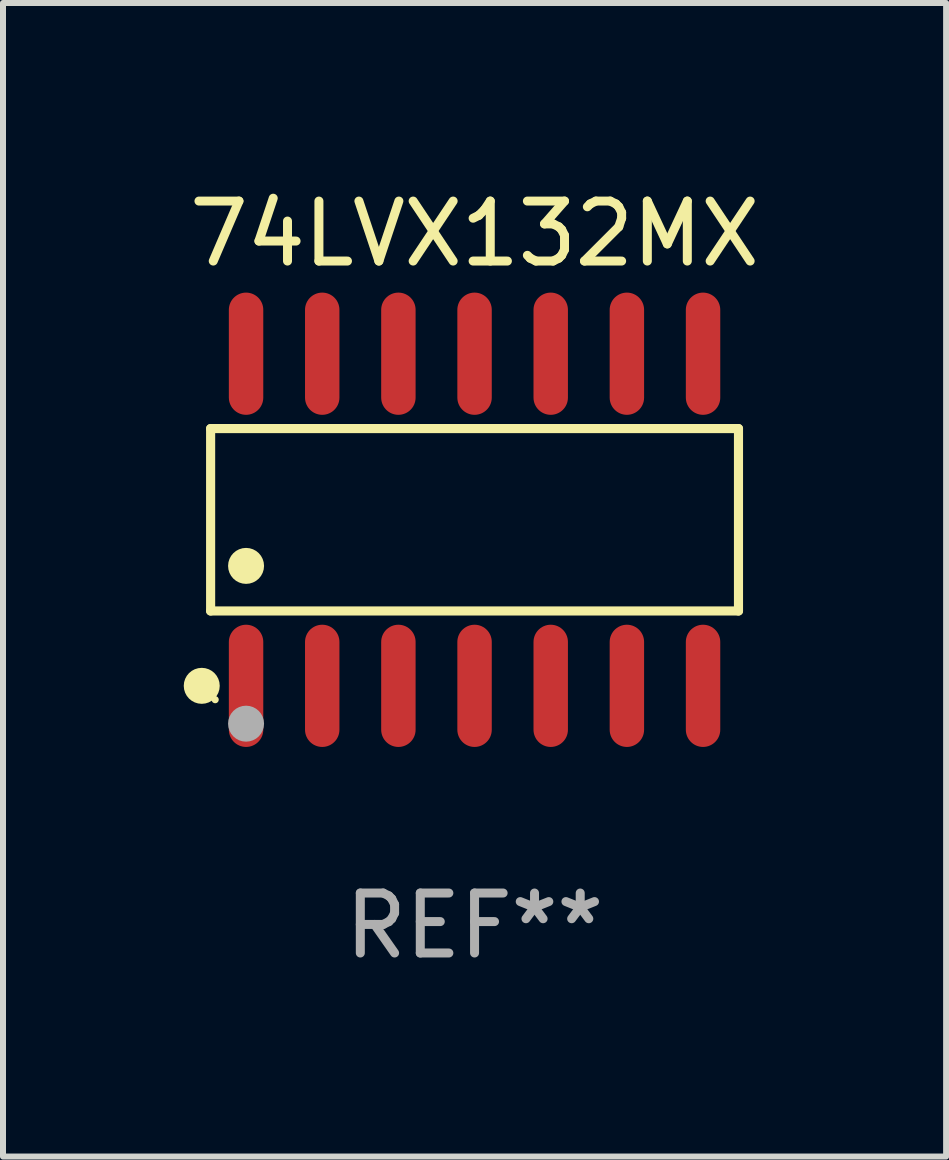
<source format=kicad_pcb>
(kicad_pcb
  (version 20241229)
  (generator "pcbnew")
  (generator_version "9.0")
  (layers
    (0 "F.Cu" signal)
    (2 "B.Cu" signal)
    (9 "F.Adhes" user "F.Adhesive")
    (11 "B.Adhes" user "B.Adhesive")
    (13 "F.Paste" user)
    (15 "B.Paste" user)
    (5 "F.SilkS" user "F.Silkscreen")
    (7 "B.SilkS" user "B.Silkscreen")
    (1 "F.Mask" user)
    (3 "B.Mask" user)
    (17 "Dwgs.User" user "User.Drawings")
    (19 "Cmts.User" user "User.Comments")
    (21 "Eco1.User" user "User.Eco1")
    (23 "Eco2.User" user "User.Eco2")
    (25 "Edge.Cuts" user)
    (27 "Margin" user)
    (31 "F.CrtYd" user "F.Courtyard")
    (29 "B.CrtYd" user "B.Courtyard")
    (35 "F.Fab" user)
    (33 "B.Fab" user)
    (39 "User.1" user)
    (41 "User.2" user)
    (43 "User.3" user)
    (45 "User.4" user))
  (footprint "74LVX132MX"
    (layer "F.Cu")
    (at 4.863 5.617)
    (property "Reference" "74LVX132MX" (at 0 -4.769 0) (layer "F.SilkS") (effects (font (size 1 1) (thickness 0.15))))
    (attr through_hole)
    (fp_line (start -4.401 -1.521) (end 4.401 -1.521) (stroke (width 0.152) (type solid)) (layer "F.SilkS"))
    (fp_line (start -4.401 1.521) (end -4.401 -1.521) (stroke (width 0.152) (type solid)) (layer "F.SilkS"))
    (fp_line (start 4.401 -1.521) (end 4.401 1.521) (stroke (width 0.152) (type solid)) (layer "F.SilkS"))
    (fp_line (start 4.401 1.521) (end -4.401 1.521) (stroke (width 0.152) (type solid)) (layer "F.SilkS"))
    (fp_circle (center -4.549 2.769) (end -4.399 2.769) (stroke (width 0.3) (type solid)) (fill no) (layer "F.SilkS"))
    (fp_circle (center -4.325 3) (end -4.295 3) (stroke (width 0.06) (type solid)) (fill no) (layer "F.SilkS"))
    (fp_circle (center -3.81 0.769) (end -3.66 0.769) (stroke (width 0.3) (type solid)) (fill no) (layer "F.SilkS"))
    (fp_circle (center -3.81 3.4) (end -3.66 3.4) (stroke (width 0.3) (type solid)) (fill no) (layer "F.Fab"))
    (fp_text user "REF**" (at 0 6.769 0) (layer "F.Fab") (effects (font (size 1 1) (thickness 0.15))))
    (pad "1" smd oval (at -3.81 2.769) (size 0.574 2.038) (layers "F.Cu" "F.Mask" "F.Paste"))
    (pad "2" smd oval (at -2.54 2.769) (size 0.574 2.038) (layers "F.Cu" "F.Mask" "F.Paste"))
    (pad "3" smd oval (at -1.27 2.769) (size 0.574 2.038) (layers "F.Cu" "F.Mask" "F.Paste"))
    (pad "4" smd oval (at 0 2.769) (size 0.574 2.038) (layers "F.Cu" "F.Mask" "F.Paste"))
    (pad "5" smd oval (at 1.27 2.769) (size 0.574 2.038) (layers "F.Cu" "F.Mask" "F.Paste"))
    (pad "6" smd oval (at 2.54 2.769) (size 0.574 2.038) (layers "F.Cu" "F.Mask" "F.Paste"))
    (pad "7" smd oval (at 3.81 2.769) (size 0.574 2.038) (layers "F.Cu" "F.Mask" "F.Paste"))
    (pad "8" smd oval (at 3.81 -2.769) (size 0.574 2.038) (layers "F.Cu" "F.Mask" "F.Paste"))
    (pad "9" smd oval (at 2.54 -2.769) (size 0.574 2.038) (layers "F.Cu" "F.Mask" "F.Paste"))
    (pad "10" smd oval (at 1.27 -2.769) (size 0.574 2.038) (layers "F.Cu" "F.Mask" "F.Paste"))
    (pad "11" smd oval (at 0 -2.769) (size 0.574 2.038) (layers "F.Cu" "F.Mask" "F.Paste"))
    (pad "12" smd oval (at -1.27 -2.769) (size 0.574 2.038) (layers "F.Cu" "F.Mask" "F.Paste"))
    (pad "13" smd oval (at -2.54 -2.769) (size 0.574 2.038) (layers "F.Cu" "F.Mask" "F.Paste"))
    (pad "14" smd oval (at -3.81 -2.769) (size 0.574 2.038) (layers "F.Cu" "F.Mask" "F.Paste")))
  (gr_rect
    (start -3 -3)
    (end 12.726 16.235)
    (stroke (width 0.1) (type default))
    (fill no)
    (layer "Edge.Cuts")))
</source>
